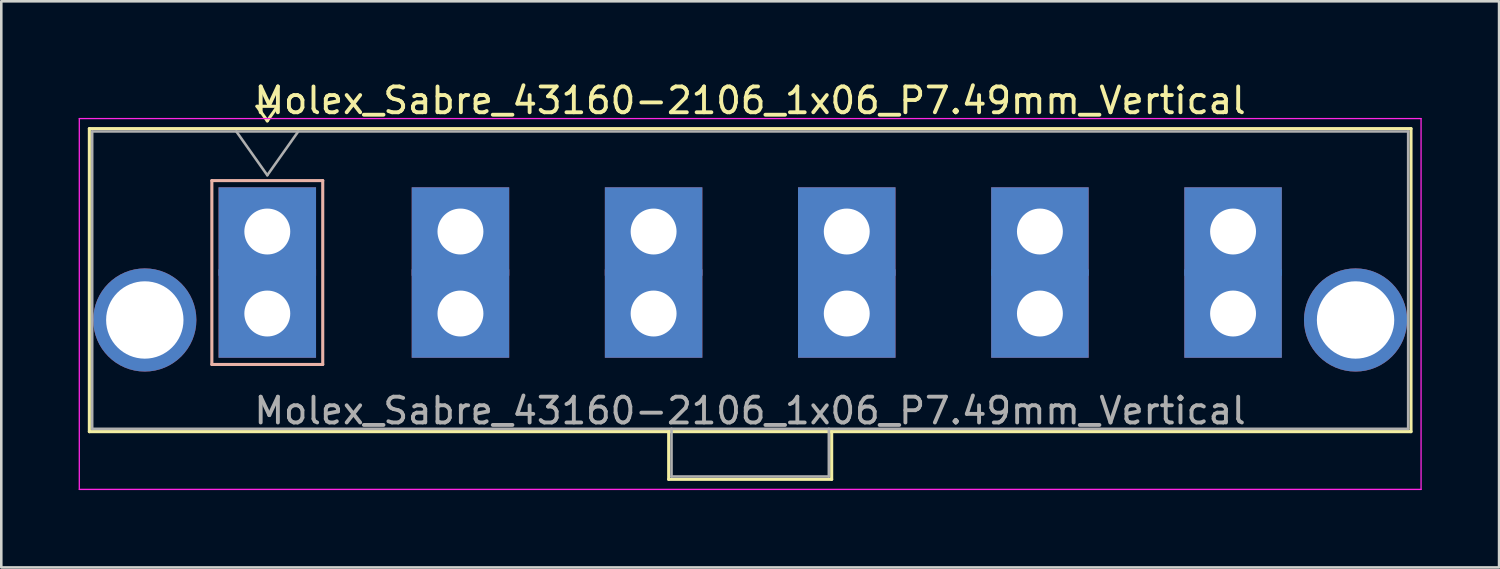
<source format=kicad_pcb>
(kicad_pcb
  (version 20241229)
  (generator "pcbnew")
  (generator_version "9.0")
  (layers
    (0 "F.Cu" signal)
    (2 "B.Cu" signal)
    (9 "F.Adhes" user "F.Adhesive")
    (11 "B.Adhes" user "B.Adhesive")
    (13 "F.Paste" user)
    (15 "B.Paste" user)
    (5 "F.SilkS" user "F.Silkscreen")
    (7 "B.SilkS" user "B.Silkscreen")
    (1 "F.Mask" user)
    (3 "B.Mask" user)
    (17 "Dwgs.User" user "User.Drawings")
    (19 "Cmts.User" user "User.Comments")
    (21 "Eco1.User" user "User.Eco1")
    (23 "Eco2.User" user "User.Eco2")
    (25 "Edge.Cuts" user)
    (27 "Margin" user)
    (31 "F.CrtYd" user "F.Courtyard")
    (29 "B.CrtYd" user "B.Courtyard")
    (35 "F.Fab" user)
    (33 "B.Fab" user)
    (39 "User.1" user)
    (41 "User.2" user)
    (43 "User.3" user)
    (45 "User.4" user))
  (footprint "Molex_Sabre_43160-2106_1x06_P7.49mm_Vertical"
    (layer "F.Cu")
    (at 7.315 9.108)
    (property "Reference" "Molex_Sabre_43160-2106_1x06_P7.49mm_Vertical" (at 18.72 -8.26 0) (layer "F.SilkS") (effects (font (size 1 1) (thickness 0.15))))
    (attr through_hole)
    (fp_line (start -6.9 -7.17) (end -6.9 4.58) (stroke (width 0.12) (type solid)) (layer "F.SilkS"))
    (fp_line (start -6.9 4.58) (end 44.35 4.58) (stroke (width 0.12) (type solid)) (layer "F.SilkS"))
    (fp_line (start -0.4 -8.036) (end 0 -7.47) (stroke (width 0.12) (type solid)) (layer "F.SilkS"))
    (fp_line (start 0 -7.47) (end 0.4 -8.036) (stroke (width 0.12) (type solid)) (layer "F.SilkS"))
    (fp_line (start 0.4 -8.036) (end -0.4 -8.036) (stroke (width 0.12) (type solid)) (layer "F.SilkS"))
    (fp_line (start 15.565 4.58) (end 15.565 6.43) (stroke (width 0.12) (type solid)) (layer "F.SilkS"))
    (fp_line (start 15.565 6.43) (end 21.885 6.43) (stroke (width 0.12) (type solid)) (layer "F.SilkS"))
    (fp_line (start 21.885 6.43) (end 21.885 4.58) (stroke (width 0.12) (type solid)) (layer "F.SilkS"))
    (fp_line (start 44.35 -7.17) (end -6.9 -7.17) (stroke (width 0.12) (type solid)) (layer "F.SilkS"))
    (fp_line (start 44.35 4.58) (end 44.35 -7.17) (stroke (width 0.12) (type solid)) (layer "F.SilkS"))
    (fp_line (start -2.15 -5.155) (end -2.15 1.975) (stroke (width 0.12) (type solid)) (layer "B.SilkS"))
    (fp_line (start -2.15 1.975) (end 2.15 1.975) (stroke (width 0.12) (type solid)) (layer "B.SilkS"))
    (fp_line (start 2.15 -5.155) (end -2.15 -5.155) (stroke (width 0.12) (type solid)) (layer "B.SilkS"))
    (fp_line (start 2.15 1.975) (end 2.15 -5.155) (stroke (width 0.12) (type solid)) (layer "B.SilkS"))
    (fp_line (start -7.29 -7.56) (end -7.29 6.82) (stroke (width 0.05) (type solid)) (layer "F.CrtYd"))
    (fp_line (start -7.29 6.82) (end 44.74 6.82) (stroke (width 0.05) (type solid)) (layer "F.CrtYd"))
    (fp_line (start 44.74 -7.56) (end -7.29 -7.56) (stroke (width 0.05) (type solid)) (layer "F.CrtYd"))
    (fp_line (start 44.74 6.82) (end 44.74 -7.56) (stroke (width 0.05) (type solid)) (layer "F.CrtYd"))
    (fp_line (start -6.79 -7.06) (end -6.79 4.47) (stroke (width 0.1) (type solid)) (layer "F.Fab"))
    (fp_line (start -6.79 4.47) (end 44.24 4.47) (stroke (width 0.1) (type solid)) (layer "F.Fab"))
    (fp_line (start -1.2 -7.06) (end 0 -5.363) (stroke (width 0.1) (type solid)) (layer "F.Fab"))
    (fp_line (start 0 -5.363) (end 1.2 -7.06) (stroke (width 0.1) (type solid)) (layer "F.Fab"))
    (fp_line (start 15.675 4.47) (end 15.675 6.32) (stroke (width 0.1) (type solid)) (layer "F.Fab"))
    (fp_line (start 15.675 6.32) (end 21.775 6.32) (stroke (width 0.1) (type solid)) (layer "F.Fab"))
    (fp_line (start 21.775 6.32) (end 21.775 4.47) (stroke (width 0.1) (type solid)) (layer "F.Fab"))
    (fp_line (start 44.24 -7.06) (end -6.79 -7.06) (stroke (width 0.1) (type solid)) (layer "F.Fab"))
    (fp_line (start 44.24 4.47) (end 44.24 -7.06) (stroke (width 0.1) (type solid)) (layer "F.Fab"))
    (fp_text user "${REFERENCE}" (at 18.72 3.77 0) (layer "F.Fab") (effects (font (size 1 1) (thickness 0.15))))
    (pad "" thru_hole circle (at -4.75 0.25) (size 4 4) (drill 3) (layers "*.Cu" "*.Mask"))
    (pad "" thru_hole circle (at 42.2 0.25) (size 4 4) (drill 3) (layers "*.Cu" "*.Mask"))
    (pad "1" thru_hole rect (at 0 -3.18) (size 3.78 3.43) (drill 1.78) (layers "*.Cu" "*.Mask"))
    (pad "1" thru_hole rect (at 0 0) (size 3.78 3.43) (drill 1.78) (layers "*.Cu" "*.Mask"))
    (pad "2" thru_hole rect (at 7.49 -3.18) (size 3.78 3.43) (drill 1.78) (layers "*.Cu" "*.Mask"))
    (pad "2" thru_hole rect (at 7.49 0) (size 3.78 3.43) (drill 1.78) (layers "*.Cu" "*.Mask"))
    (pad "3" thru_hole rect (at 14.98 -3.18) (size 3.78 3.43) (drill 1.78) (layers "*.Cu" "*.Mask"))
    (pad "3" thru_hole rect (at 14.98 0) (size 3.78 3.43) (drill 1.78) (layers "*.Cu" "*.Mask"))
    (pad "4" thru_hole rect (at 22.47 -3.18) (size 3.78 3.43) (drill 1.78) (layers "*.Cu" "*.Mask"))
    (pad "4" thru_hole rect (at 22.47 0) (size 3.78 3.43) (drill 1.78) (layers "*.Cu" "*.Mask"))
    (pad "5" thru_hole rect (at 29.96 -3.18) (size 3.78 3.43) (drill 1.78) (layers "*.Cu" "*.Mask"))
    (pad "5" thru_hole rect (at 29.96 0) (size 3.78 3.43) (drill 1.78) (layers "*.Cu" "*.Mask"))
    (pad "6" thru_hole rect (at 37.45 -3.18) (size 3.78 3.43) (drill 1.78) (layers "*.Cu" "*.Mask"))
    (pad "6" thru_hole rect (at 37.45 0) (size 3.78 3.43) (drill 1.78) (layers "*.Cu" "*.Mask")))
  (gr_rect
    (start -3 -3)
    (end 55.08 18.953)
    (stroke (width 0.1) (type default))
    (fill no)
    (layer "Edge.Cuts")))
</source>
